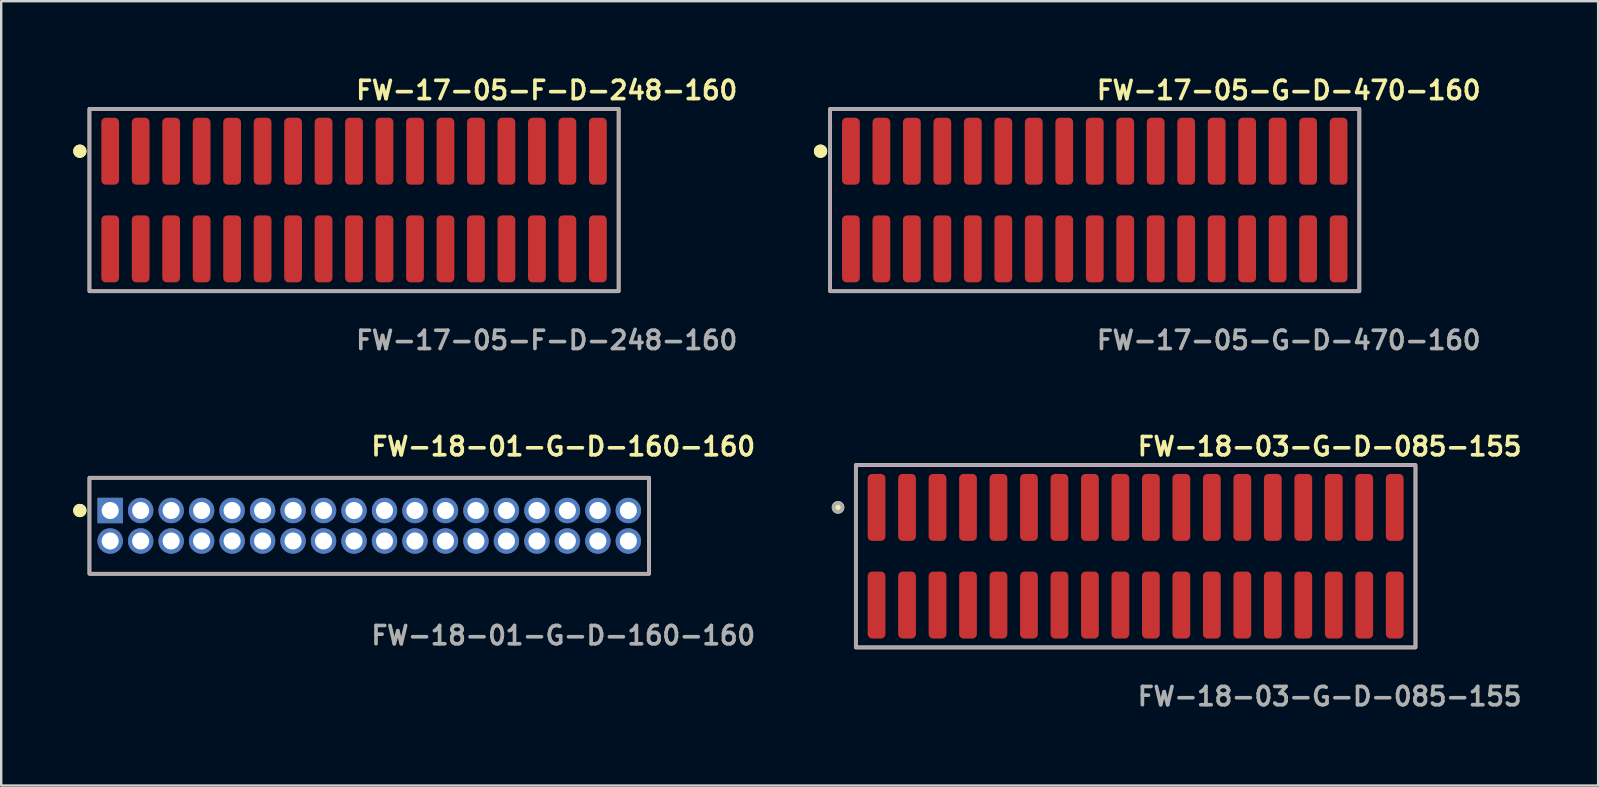
<source format=kicad_pcb>
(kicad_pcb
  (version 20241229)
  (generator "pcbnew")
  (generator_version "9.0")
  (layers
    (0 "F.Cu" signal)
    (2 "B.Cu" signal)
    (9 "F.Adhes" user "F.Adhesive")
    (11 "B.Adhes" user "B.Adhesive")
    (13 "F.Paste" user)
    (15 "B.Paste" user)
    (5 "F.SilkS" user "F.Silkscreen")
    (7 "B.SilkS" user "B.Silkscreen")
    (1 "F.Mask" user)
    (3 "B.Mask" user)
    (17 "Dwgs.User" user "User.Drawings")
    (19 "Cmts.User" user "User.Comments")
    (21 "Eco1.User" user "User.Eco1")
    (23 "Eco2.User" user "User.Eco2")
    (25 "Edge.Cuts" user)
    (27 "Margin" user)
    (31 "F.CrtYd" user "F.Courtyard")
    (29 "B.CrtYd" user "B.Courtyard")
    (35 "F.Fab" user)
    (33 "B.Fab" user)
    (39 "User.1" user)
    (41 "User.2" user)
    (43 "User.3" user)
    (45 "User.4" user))
  (footprint "FW-17-05-G-D-470-160"
    (layer "F.Cu")
    (at 42.564 5.285)
    (property "Reference" "FW-17-05-G-D-470-160" (at 0 -4.572 0) (unlocked yes) (layer "F.SilkS") (effects (font (size 0.762 0.762) (thickness 0.152)) (justify left)))
    (fp_rect (start -11.025 3.8) (end 11.025 -3.8) (stroke (width 0.152) (type solid)) (fill no) (layer "F.SilkS"))
    (fp_circle (center -11.425 -2.035) (end -11.625 -2.035) (stroke (width 0.152) (type solid)) (fill yes) (layer "F.SilkS"))
    (fp_circle (center -11.425 -2.035) (end -11.625 -2.035) (stroke (width 0.152) (type solid)) (fill yes) (layer "F.SilkS"))
    (fp_rect (start -11.025 3.8) (end 11.025 -3.8) (stroke (width 0.006) (type solid)) (fill no) (layer "F.CrtYd"))
    (fp_rect (start -11.025 3.8) (end 11.025 -3.8) (stroke (width 0.152) (type solid)) (fill no) (layer "F.Fab"))
    (fp_text user "${REFERENCE}" (at 0 5.842 0) (unlocked yes) (layer "F.Fab") (effects (font (size 0.762 0.762) (thickness 0.152)) (justify left)))
    (pad "1" smd roundrect (at -10.16 -2.035) (size 0.74 2.79) (layers "F.Cu" "F.Paste") (roundrect_rratio 0.25))
    (pad "2" smd roundrect (at -10.16 2.035) (size 0.74 2.79) (layers "F.Cu" "F.Paste") (roundrect_rratio 0.25))
    (pad "3" smd roundrect (at -8.89 -2.035) (size 0.74 2.79) (layers "F.Cu" "F.Paste") (roundrect_rratio 0.25))
    (pad "4" smd roundrect (at -8.89 2.035) (size 0.74 2.79) (layers "F.Cu" "F.Paste") (roundrect_rratio 0.25))
    (pad "5" smd roundrect (at -7.62 -2.035) (size 0.74 2.79) (layers "F.Cu" "F.Paste") (roundrect_rratio 0.25))
    (pad "6" smd roundrect (at -7.62 2.035) (size 0.74 2.79) (layers "F.Cu" "F.Paste") (roundrect_rratio 0.25))
    (pad "7" smd roundrect (at -6.35 -2.035) (size 0.74 2.79) (layers "F.Cu" "F.Paste") (roundrect_rratio 0.25))
    (pad "8" smd roundrect (at -6.35 2.035) (size 0.74 2.79) (layers "F.Cu" "F.Paste") (roundrect_rratio 0.25))
    (pad "9" smd roundrect (at -5.08 -2.035) (size 0.74 2.79) (layers "F.Cu" "F.Paste") (roundrect_rratio 0.25))
    (pad "10" smd roundrect (at -5.08 2.035) (size 0.74 2.79) (layers "F.Cu" "F.Paste") (roundrect_rratio 0.25))
    (pad "11" smd roundrect (at -3.81 -2.035) (size 0.74 2.79) (layers "F.Cu" "F.Paste") (roundrect_rratio 0.25))
    (pad "12" smd roundrect (at -3.81 2.035) (size 0.74 2.79) (layers "F.Cu" "F.Paste") (roundrect_rratio 0.25))
    (pad "13" smd roundrect (at -2.54 -2.035) (size 0.74 2.79) (layers "F.Cu" "F.Paste") (roundrect_rratio 0.25))
    (pad "14" smd roundrect (at -2.54 2.035) (size 0.74 2.79) (layers "F.Cu" "F.Paste") (roundrect_rratio 0.25))
    (pad "15" smd roundrect (at -1.27 -2.035) (size 0.74 2.79) (layers "F.Cu" "F.Paste") (roundrect_rratio 0.25))
    (pad "16" smd roundrect (at -1.27 2.035) (size 0.74 2.79) (layers "F.Cu" "F.Paste") (roundrect_rratio 0.25))
    (pad "17" smd roundrect (at 0 -2.035) (size 0.74 2.79) (layers "F.Cu" "F.Paste") (roundrect_rratio 0.25))
    (pad "18" smd roundrect (at 0 2.035) (size 0.74 2.79) (layers "F.Cu" "F.Paste") (roundrect_rratio 0.25))
    (pad "19" smd roundrect (at 1.27 -2.035) (size 0.74 2.79) (layers "F.Cu" "F.Paste") (roundrect_rratio 0.25))
    (pad "20" smd roundrect (at 1.27 2.035) (size 0.74 2.79) (layers "F.Cu" "F.Paste") (roundrect_rratio 0.25))
    (pad "21" smd roundrect (at 2.54 -2.035) (size 0.74 2.79) (layers "F.Cu" "F.Paste") (roundrect_rratio 0.25))
    (pad "22" smd roundrect (at 2.54 2.035) (size 0.74 2.79) (layers "F.Cu" "F.Paste") (roundrect_rratio 0.25))
    (pad "23" smd roundrect (at 3.81 -2.035) (size 0.74 2.79) (layers "F.Cu" "F.Paste") (roundrect_rratio 0.25))
    (pad "24" smd roundrect (at 3.81 2.035) (size 0.74 2.79) (layers "F.Cu" "F.Paste") (roundrect_rratio 0.25))
    (pad "25" smd roundrect (at 5.08 -2.035) (size 0.74 2.79) (layers "F.Cu" "F.Paste") (roundrect_rratio 0.25))
    (pad "26" smd roundrect (at 5.08 2.035) (size 0.74 2.79) (layers "F.Cu" "F.Paste") (roundrect_rratio 0.25))
    (pad "27" smd roundrect (at 6.35 -2.035) (size 0.74 2.79) (layers "F.Cu" "F.Paste") (roundrect_rratio 0.25))
    (pad "28" smd roundrect (at 6.35 2.035) (size 0.74 2.79) (layers "F.Cu" "F.Paste") (roundrect_rratio 0.25))
    (pad "29" smd roundrect (at 7.62 -2.035) (size 0.74 2.79) (layers "F.Cu" "F.Paste") (roundrect_rratio 0.25))
    (pad "30" smd roundrect (at 7.62 2.035) (size 0.74 2.79) (layers "F.Cu" "F.Paste") (roundrect_rratio 0.25))
    (pad "31" smd roundrect (at 8.89 -2.035) (size 0.74 2.79) (layers "F.Cu" "F.Paste") (roundrect_rratio 0.25))
    (pad "32" smd roundrect (at 8.89 2.035) (size 0.74 2.79) (layers "F.Cu" "F.Paste") (roundrect_rratio 0.25))
    (pad "33" smd roundrect (at 10.16 -2.035) (size 0.74 2.79) (layers "F.Cu" "F.Paste") (roundrect_rratio 0.25))
    (pad "34" smd roundrect (at 10.16 2.035) (size 0.74 2.79) (layers "F.Cu" "F.Paste") (roundrect_rratio 0.25)))
  (footprint "FW-17-05-F-D-248-160"
    (layer "F.Cu")
    (at 11.701 5.285)
    (property "Reference" "FW-17-05-F-D-248-160" (at 0 -4.572 0) (unlocked yes) (layer "F.SilkS") (effects (font (size 0.762 0.762) (thickness 0.152)) (justify left)))
    (fp_rect (start -11.025 3.8) (end 11.025 -3.8) (stroke (width 0.152) (type solid)) (fill no) (layer "F.SilkS"))
    (fp_circle (center -11.425 -2.035) (end -11.625 -2.035) (stroke (width 0.152) (type solid)) (fill yes) (layer "F.SilkS"))
    (fp_circle (center -11.425 -2.035) (end -11.625 -2.035) (stroke (width 0.152) (type solid)) (fill yes) (layer "F.SilkS"))
    (fp_rect (start -11.025 3.8) (end 11.025 -3.8) (stroke (width 0.006) (type solid)) (fill no) (layer "F.CrtYd"))
    (fp_rect (start -11.025 3.8) (end 11.025 -3.8) (stroke (width 0.152) (type solid)) (fill no) (layer "F.Fab"))
    (fp_text user "${REFERENCE}" (at 0 5.842 0) (unlocked yes) (layer "F.Fab") (effects (font (size 0.762 0.762) (thickness 0.152)) (justify left)))
    (pad "1" smd roundrect (at -10.16 -2.035) (size 0.74 2.79) (layers "F.Cu" "F.Paste") (roundrect_rratio 0.25))
    (pad "2" smd roundrect (at -10.16 2.035) (size 0.74 2.79) (layers "F.Cu" "F.Paste") (roundrect_rratio 0.25))
    (pad "3" smd roundrect (at -8.89 -2.035) (size 0.74 2.79) (layers "F.Cu" "F.Paste") (roundrect_rratio 0.25))
    (pad "4" smd roundrect (at -8.89 2.035) (size 0.74 2.79) (layers "F.Cu" "F.Paste") (roundrect_rratio 0.25))
    (pad "5" smd roundrect (at -7.62 -2.035) (size 0.74 2.79) (layers "F.Cu" "F.Paste") (roundrect_rratio 0.25))
    (pad "6" smd roundrect (at -7.62 2.035) (size 0.74 2.79) (layers "F.Cu" "F.Paste") (roundrect_rratio 0.25))
    (pad "7" smd roundrect (at -6.35 -2.035) (size 0.74 2.79) (layers "F.Cu" "F.Paste") (roundrect_rratio 0.25))
    (pad "8" smd roundrect (at -6.35 2.035) (size 0.74 2.79) (layers "F.Cu" "F.Paste") (roundrect_rratio 0.25))
    (pad "9" smd roundrect (at -5.08 -2.035) (size 0.74 2.79) (layers "F.Cu" "F.Paste") (roundrect_rratio 0.25))
    (pad "10" smd roundrect (at -5.08 2.035) (size 0.74 2.79) (layers "F.Cu" "F.Paste") (roundrect_rratio 0.25))
    (pad "11" smd roundrect (at -3.81 -2.035) (size 0.74 2.79) (layers "F.Cu" "F.Paste") (roundrect_rratio 0.25))
    (pad "12" smd roundrect (at -3.81 2.035) (size 0.74 2.79) (layers "F.Cu" "F.Paste") (roundrect_rratio 0.25))
    (pad "13" smd roundrect (at -2.54 -2.035) (size 0.74 2.79) (layers "F.Cu" "F.Paste") (roundrect_rratio 0.25))
    (pad "14" smd roundrect (at -2.54 2.035) (size 0.74 2.79) (layers "F.Cu" "F.Paste") (roundrect_rratio 0.25))
    (pad "15" smd roundrect (at -1.27 -2.035) (size 0.74 2.79) (layers "F.Cu" "F.Paste") (roundrect_rratio 0.25))
    (pad "16" smd roundrect (at -1.27 2.035) (size 0.74 2.79) (layers "F.Cu" "F.Paste") (roundrect_rratio 0.25))
    (pad "17" smd roundrect (at 0 -2.035) (size 0.74 2.79) (layers "F.Cu" "F.Paste") (roundrect_rratio 0.25))
    (pad "18" smd roundrect (at 0 2.035) (size 0.74 2.79) (layers "F.Cu" "F.Paste") (roundrect_rratio 0.25))
    (pad "19" smd roundrect (at 1.27 -2.035) (size 0.74 2.79) (layers "F.Cu" "F.Paste") (roundrect_rratio 0.25))
    (pad "20" smd roundrect (at 1.27 2.035) (size 0.74 2.79) (layers "F.Cu" "F.Paste") (roundrect_rratio 0.25))
    (pad "21" smd roundrect (at 2.54 -2.035) (size 0.74 2.79) (layers "F.Cu" "F.Paste") (roundrect_rratio 0.25))
    (pad "22" smd roundrect (at 2.54 2.035) (size 0.74 2.79) (layers "F.Cu" "F.Paste") (roundrect_rratio 0.25))
    (pad "23" smd roundrect (at 3.81 -2.035) (size 0.74 2.79) (layers "F.Cu" "F.Paste") (roundrect_rratio 0.25))
    (pad "24" smd roundrect (at 3.81 2.035) (size 0.74 2.79) (layers "F.Cu" "F.Paste") (roundrect_rratio 0.25))
    (pad "25" smd roundrect (at 5.08 -2.035) (size 0.74 2.79) (layers "F.Cu" "F.Paste") (roundrect_rratio 0.25))
    (pad "26" smd roundrect (at 5.08 2.035) (size 0.74 2.79) (layers "F.Cu" "F.Paste") (roundrect_rratio 0.25))
    (pad "27" smd roundrect (at 6.35 -2.035) (size 0.74 2.79) (layers "F.Cu" "F.Paste") (roundrect_rratio 0.25))
    (pad "28" smd roundrect (at 6.35 2.035) (size 0.74 2.79) (layers "F.Cu" "F.Paste") (roundrect_rratio 0.25))
    (pad "29" smd roundrect (at 7.62 -2.035) (size 0.74 2.79) (layers "F.Cu" "F.Paste") (roundrect_rratio 0.25))
    (pad "30" smd roundrect (at 7.62 2.035) (size 0.74 2.79) (layers "F.Cu" "F.Paste") (roundrect_rratio 0.25))
    (pad "31" smd roundrect (at 8.89 -2.035) (size 0.74 2.79) (layers "F.Cu" "F.Paste") (roundrect_rratio 0.25))
    (pad "32" smd roundrect (at 8.89 2.035) (size 0.74 2.79) (layers "F.Cu" "F.Paste") (roundrect_rratio 0.25))
    (pad "33" smd roundrect (at 10.16 -2.035) (size 0.74 2.79) (layers "F.Cu" "F.Paste") (roundrect_rratio 0.25))
    (pad "34" smd roundrect (at 10.16 2.035) (size 0.74 2.79) (layers "F.Cu" "F.Paste") (roundrect_rratio 0.25)))
  (footprint "FW-18-03-G-D-085-155"
    (layer "F.Cu")
    (at 44.268 20.126)
    (property "Reference" "FW-18-03-G-D-085-155" (at 0 -4.572 0) (unlocked yes) (layer "F.SilkS") (effects (font (size 0.762 0.762) (thickness 0.152)) (justify left)))
    (fp_rect (start -11.66 3.8) (end 11.66 -3.8) (stroke (width 0.152) (type solid)) (fill no) (layer "F.SilkS"))
    (fp_circle (center -12.4 -2.035) (end -12.585 -2.035) (stroke (width 0.152) (type solid)) (fill yes) (layer "F.SilkS"))
    (fp_rect (start -11.66 3.8) (end 11.66 -3.8) (stroke (width 0.006) (type solid)) (fill no) (layer "F.CrtYd"))
    (fp_rect (start -11.66 3.8) (end 11.66 -3.8) (stroke (width 0.152) (type solid)) (fill no) (layer "F.Fab"))
    (fp_circle (center -12.4 -2.035) (end -12.585 -2.035) (stroke (width 0.152) (type solid)) (fill no) (layer "F.Fab"))
    (fp_text user "${REFERENCE}" (at 0 5.842 0) (unlocked yes) (layer "F.Fab") (effects (font (size 0.762 0.762) (thickness 0.152)) (justify left)))
    (pad "1" smd roundrect (at -10.795 -2.035) (size 0.74 2.79) (layers "F.Cu" "F.Paste") (roundrect_rratio 0.25))
    (pad "2" smd roundrect (at -10.795 2.035) (size 0.74 2.79) (layers "F.Cu" "F.Paste") (roundrect_rratio 0.25))
    (pad "3" smd roundrect (at -9.525 -2.035) (size 0.74 2.79) (layers "F.Cu" "F.Paste") (roundrect_rratio 0.25))
    (pad "4" smd roundrect (at -9.525 2.035) (size 0.74 2.79) (layers "F.Cu" "F.Paste") (roundrect_rratio 0.25))
    (pad "5" smd roundrect (at -8.255 -2.035) (size 0.74 2.79) (layers "F.Cu" "F.Paste") (roundrect_rratio 0.25))
    (pad "6" smd roundrect (at -8.255 2.035) (size 0.74 2.79) (layers "F.Cu" "F.Paste") (roundrect_rratio 0.25))
    (pad "7" smd roundrect (at -6.985 -2.035) (size 0.74 2.79) (layers "F.Cu" "F.Paste") (roundrect_rratio 0.25))
    (pad "8" smd roundrect (at -6.985 2.035) (size 0.74 2.79) (layers "F.Cu" "F.Paste") (roundrect_rratio 0.25))
    (pad "9" smd roundrect (at -5.715 -2.035) (size 0.74 2.79) (layers "F.Cu" "F.Paste") (roundrect_rratio 0.25))
    (pad "10" smd roundrect (at -5.715 2.035) (size 0.74 2.79) (layers "F.Cu" "F.Paste") (roundrect_rratio 0.25))
    (pad "11" smd roundrect (at -4.445 -2.035) (size 0.74 2.79) (layers "F.Cu" "F.Paste") (roundrect_rratio 0.25))
    (pad "12" smd roundrect (at -4.445 2.035) (size 0.74 2.79) (layers "F.Cu" "F.Paste") (roundrect_rratio 0.25))
    (pad "13" smd roundrect (at -3.175 -2.035) (size 0.74 2.79) (layers "F.Cu" "F.Paste") (roundrect_rratio 0.25))
    (pad "14" smd roundrect (at -3.175 2.035) (size 0.74 2.79) (layers "F.Cu" "F.Paste") (roundrect_rratio 0.25))
    (pad "15" smd roundrect (at -1.905 -2.035) (size 0.74 2.79) (layers "F.Cu" "F.Paste") (roundrect_rratio 0.25))
    (pad "16" smd roundrect (at -1.905 2.035) (size 0.74 2.79) (layers "F.Cu" "F.Paste") (roundrect_rratio 0.25))
    (pad "17" smd roundrect (at -0.635 -2.035) (size 0.74 2.79) (layers "F.Cu" "F.Paste") (roundrect_rratio 0.25))
    (pad "18" smd roundrect (at -0.635 2.035) (size 0.74 2.79) (layers "F.Cu" "F.Paste") (roundrect_rratio 0.25))
    (pad "19" smd roundrect (at 0.635 -2.035) (size 0.74 2.79) (layers "F.Cu" "F.Paste") (roundrect_rratio 0.25))
    (pad "20" smd roundrect (at 0.635 2.035) (size 0.74 2.79) (layers "F.Cu" "F.Paste") (roundrect_rratio 0.25))
    (pad "21" smd roundrect (at 1.905 -2.035) (size 0.74 2.79) (layers "F.Cu" "F.Paste") (roundrect_rratio 0.25))
    (pad "22" smd roundrect (at 1.905 2.035) (size 0.74 2.79) (layers "F.Cu" "F.Paste") (roundrect_rratio 0.25))
    (pad "23" smd roundrect (at 3.175 -2.035) (size 0.74 2.79) (layers "F.Cu" "F.Paste") (roundrect_rratio 0.25))
    (pad "24" smd roundrect (at 3.175 2.035) (size 0.74 2.79) (layers "F.Cu" "F.Paste") (roundrect_rratio 0.25))
    (pad "25" smd roundrect (at 4.445 -2.035) (size 0.74 2.79) (layers "F.Cu" "F.Paste") (roundrect_rratio 0.25))
    (pad "26" smd roundrect (at 4.445 2.035) (size 0.74 2.79) (layers "F.Cu" "F.Paste") (roundrect_rratio 0.25))
    (pad "27" smd roundrect (at 5.715 -2.035) (size 0.74 2.79) (layers "F.Cu" "F.Paste") (roundrect_rratio 0.25))
    (pad "28" smd roundrect (at 5.715 2.035) (size 0.74 2.79) (layers "F.Cu" "F.Paste") (roundrect_rratio 0.25))
    (pad "29" smd roundrect (at 6.985 -2.035) (size 0.74 2.79) (layers "F.Cu" "F.Paste") (roundrect_rratio 0.25))
    (pad "30" smd roundrect (at 6.985 2.035) (size 0.74 2.79) (layers "F.Cu" "F.Paste") (roundrect_rratio 0.25))
    (pad "31" smd roundrect (at 8.255 -2.035) (size 0.74 2.79) (layers "F.Cu" "F.Paste") (roundrect_rratio 0.25))
    (pad "32" smd roundrect (at 8.255 2.035) (size 0.74 2.79) (layers "F.Cu" "F.Paste") (roundrect_rratio 0.25))
    (pad "33" smd roundrect (at 9.525 -2.035) (size 0.74 2.79) (layers "F.Cu" "F.Paste") (roundrect_rratio 0.25))
    (pad "34" smd roundrect (at 9.525 2.035) (size 0.74 2.79) (layers "F.Cu" "F.Paste") (roundrect_rratio 0.25))
    (pad "35" smd roundrect (at 10.795 -2.035) (size 0.74 2.79) (layers "F.Cu" "F.Paste") (roundrect_rratio 0.25))
    (pad "36" smd roundrect (at 10.795 2.035) (size 0.74 2.79) (layers "F.Cu" "F.Paste") (roundrect_rratio 0.25)))
  (footprint "FW-18-01-G-D-160-160"
    (layer "F.Cu")
    (at 12.336 18.856)
    (property "Reference" "FW-18-01-G-D-160-160" (at 0 -3.302 0) (unlocked yes) (layer "F.SilkS") (effects (font (size 0.762 0.762) (thickness 0.152)) (justify left)))
    (fp_rect (start -11.66 2) (end 11.66 -2) (stroke (width 0.152) (type solid)) (fill no) (layer "F.SilkS"))
    (fp_circle (center -12.06 -0.635) (end -12.26 -0.635) (stroke (width 0.152) (type solid)) (fill yes) (layer "F.SilkS"))
    (fp_circle (center -12.06 -0.635) (end -12.26 -0.635) (stroke (width 0.152) (type solid)) (fill yes) (layer "F.SilkS"))
    (fp_rect (start -11.66 2) (end 11.66 -2) (stroke (width 0.006) (type solid)) (fill no) (layer "F.CrtYd"))
    (fp_rect (start -11.66 2) (end 11.66 -2) (stroke (width 0.152) (type solid)) (fill no) (layer "F.Fab"))
    (fp_text user "${REFERENCE}" (at 0 4.572 0) (unlocked yes) (layer "F.Fab") (effects (font (size 0.762 0.762) (thickness 0.152)) (justify left)))
    (pad "1" thru_hole rect (at -10.795 -0.635) (size 1.06 1.06) (drill 0.71) (layers "*.Cu" "*.Mask"))
    (pad "2" thru_hole circle (at -10.795 0.635) (size 1.06 1.06) (drill 0.71) (layers "*.Cu" "*.Mask"))
    (pad "3" thru_hole circle (at -9.525 -0.635) (size 1.06 1.06) (drill 0.71) (layers "*.Cu" "*.Mask"))
    (pad "4" thru_hole circle (at -9.525 0.635) (size 1.06 1.06) (drill 0.71) (layers "*.Cu" "*.Mask"))
    (pad "5" thru_hole circle (at -8.255 -0.635) (size 1.06 1.06) (drill 0.71) (layers "*.Cu" "*.Mask"))
    (pad "6" thru_hole circle (at -8.255 0.635) (size 1.06 1.06) (drill 0.71) (layers "*.Cu" "*.Mask"))
    (pad "7" thru_hole circle (at -6.985 -0.635) (size 1.06 1.06) (drill 0.71) (layers "*.Cu" "*.Mask"))
    (pad "8" thru_hole circle (at -6.985 0.635) (size 1.06 1.06) (drill 0.71) (layers "*.Cu" "*.Mask"))
    (pad "9" thru_hole circle (at -5.715 -0.635) (size 1.06 1.06) (drill 0.71) (layers "*.Cu" "*.Mask"))
    (pad "10" thru_hole circle (at -5.715 0.635) (size 1.06 1.06) (drill 0.71) (layers "*.Cu" "*.Mask"))
    (pad "11" thru_hole circle (at -4.445 -0.635) (size 1.06 1.06) (drill 0.71) (layers "*.Cu" "*.Mask"))
    (pad "12" thru_hole circle (at -4.445 0.635) (size 1.06 1.06) (drill 0.71) (layers "*.Cu" "*.Mask"))
    (pad "13" thru_hole circle (at -3.175 -0.635) (size 1.06 1.06) (drill 0.71) (layers "*.Cu" "*.Mask"))
    (pad "14" thru_hole circle (at -3.175 0.635) (size 1.06 1.06) (drill 0.71) (layers "*.Cu" "*.Mask"))
    (pad "15" thru_hole circle (at -1.905 -0.635) (size 1.06 1.06) (drill 0.71) (layers "*.Cu" "*.Mask"))
    (pad "16" thru_hole circle (at -1.905 0.635) (size 1.06 1.06) (drill 0.71) (layers "*.Cu" "*.Mask"))
    (pad "17" thru_hole circle (at -0.635 -0.635) (size 1.06 1.06) (drill 0.71) (layers "*.Cu" "*.Mask"))
    (pad "18" thru_hole circle (at -0.635 0.635) (size 1.06 1.06) (drill 0.71) (layers "*.Cu" "*.Mask"))
    (pad "19" thru_hole circle (at 0.635 -0.635) (size 1.06 1.06) (drill 0.71) (layers "*.Cu" "*.Mask"))
    (pad "20" thru_hole circle (at 0.635 0.635) (size 1.06 1.06) (drill 0.71) (layers "*.Cu" "*.Mask"))
    (pad "21" thru_hole circle (at 1.905 -0.635) (size 1.06 1.06) (drill 0.71) (layers "*.Cu" "*.Mask"))
    (pad "22" thru_hole circle (at 1.905 0.635) (size 1.06 1.06) (drill 0.71) (layers "*.Cu" "*.Mask"))
    (pad "23" thru_hole circle (at 3.175 -0.635) (size 1.06 1.06) (drill 0.71) (layers "*.Cu" "*.Mask"))
    (pad "24" thru_hole circle (at 3.175 0.635) (size 1.06 1.06) (drill 0.71) (layers "*.Cu" "*.Mask"))
    (pad "25" thru_hole circle (at 4.445 -0.635) (size 1.06 1.06) (drill 0.71) (layers "*.Cu" "*.Mask"))
    (pad "26" thru_hole circle (at 4.445 0.635) (size 1.06 1.06) (drill 0.71) (layers "*.Cu" "*.Mask"))
    (pad "27" thru_hole circle (at 5.715 -0.635) (size 1.06 1.06) (drill 0.71) (layers "*.Cu" "*.Mask"))
    (pad "28" thru_hole circle (at 5.715 0.635) (size 1.06 1.06) (drill 0.71) (layers "*.Cu" "*.Mask"))
    (pad "29" thru_hole circle (at 6.985 -0.635) (size 1.06 1.06) (drill 0.71) (layers "*.Cu" "*.Mask"))
    (pad "30" thru_hole circle (at 6.985 0.635) (size 1.06 1.06) (drill 0.71) (layers "*.Cu" "*.Mask"))
    (pad "31" thru_hole circle (at 8.255 -0.635) (size 1.06 1.06) (drill 0.71) (layers "*.Cu" "*.Mask"))
    (pad "32" thru_hole circle (at 8.255 0.635) (size 1.06 1.06) (drill 0.71) (layers "*.Cu" "*.Mask"))
    (pad "33" thru_hole circle (at 9.525 -0.635) (size 1.06 1.06) (drill 0.71) (layers "*.Cu" "*.Mask"))
    (pad "34" thru_hole circle (at 9.525 0.635) (size 1.06 1.06) (drill 0.71) (layers "*.Cu" "*.Mask"))
    (pad "35" thru_hole circle (at 10.795 -0.635) (size 1.06 1.06) (drill 0.71) (layers "*.Cu" "*.Mask"))
    (pad "36" thru_hole circle (at 10.795 0.635) (size 1.06 1.06) (drill 0.71) (layers "*.Cu" "*.Mask")))
  (gr_rect
    (start -3 -3)
    (end 63.538 29.681)
    (stroke (width 0.1) (type default))
    (fill no)
    (layer "Edge.Cuts")))
</source>
